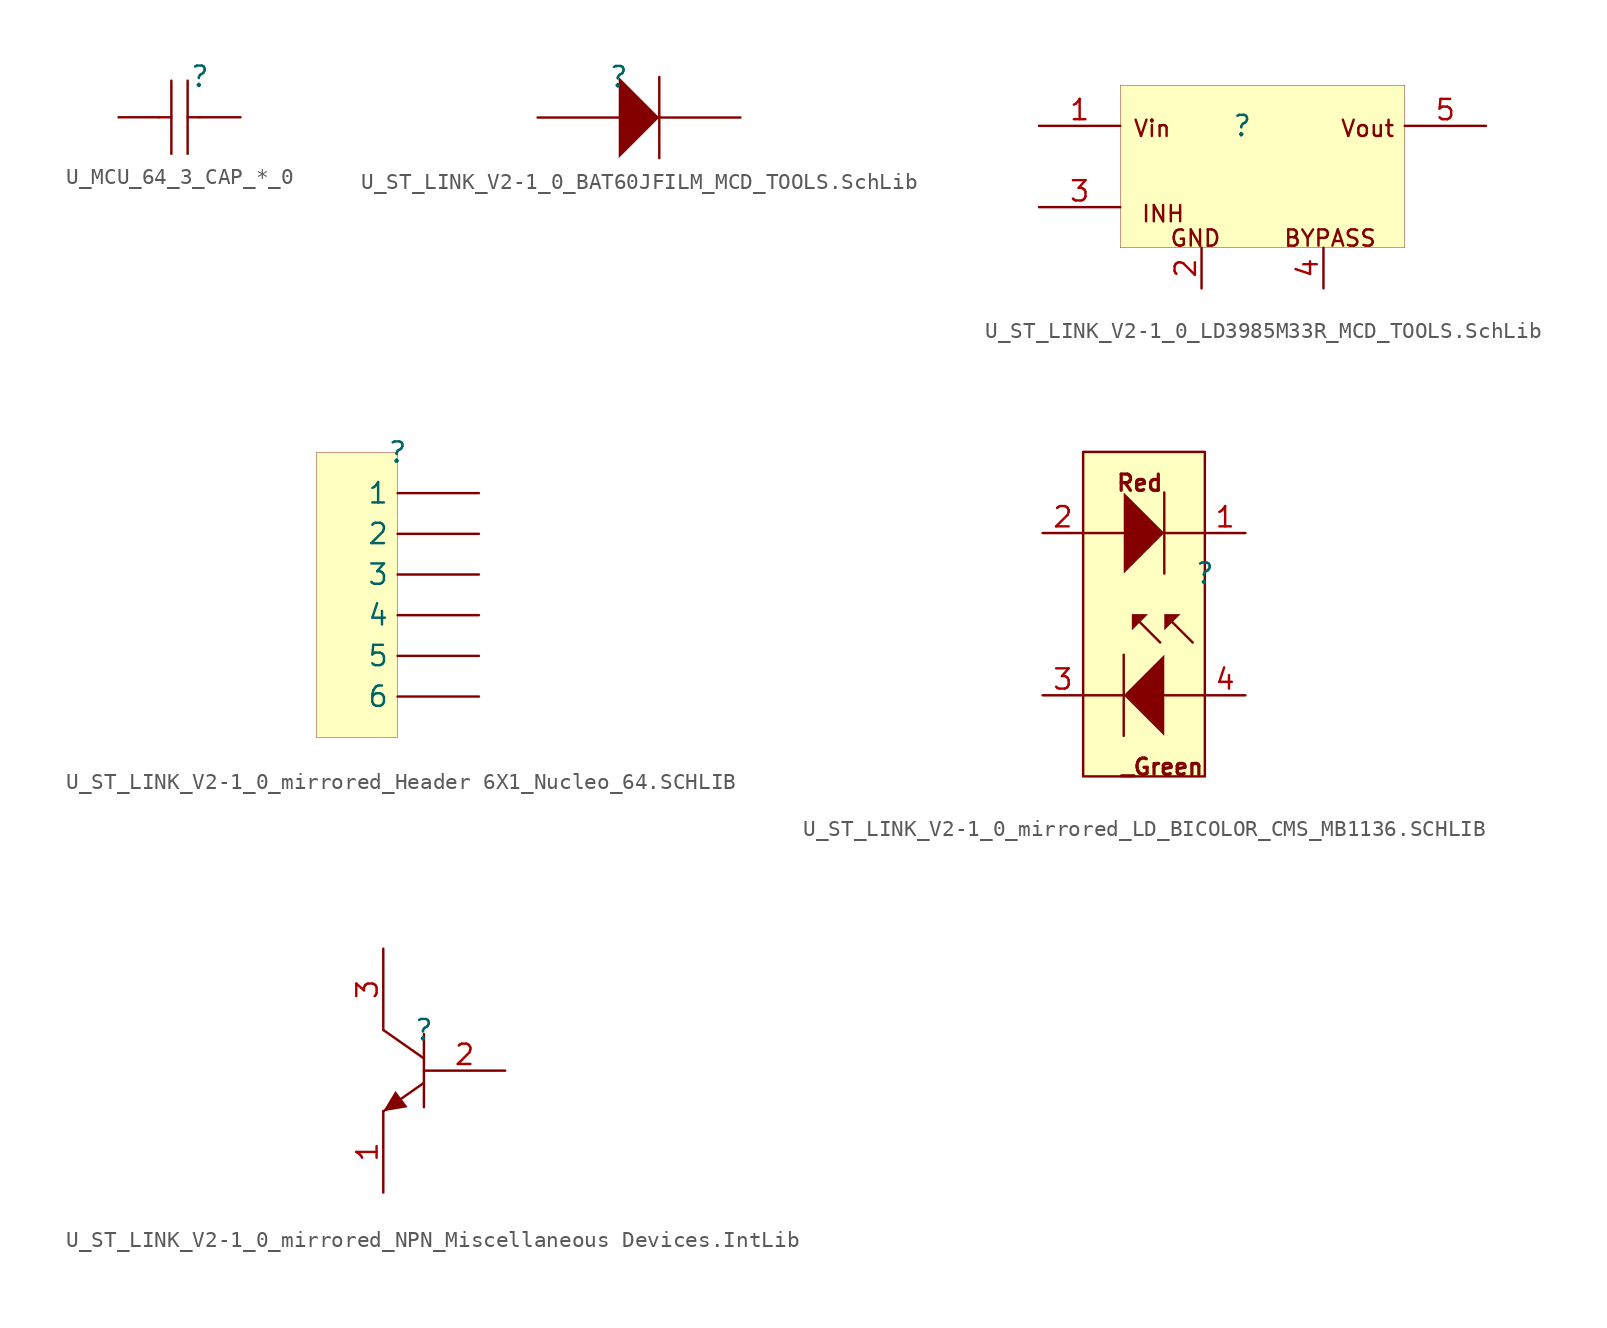
<source format=kicad_sym>
(kicad_symbol_lib
  (version 20241209)
  (generator "kicad_symbol_editor")
  (generator_version "9.0")
  (symbol "U_MCU_64_3_CAP_*_0"
    (pin_numbers
      (hide yes))
    (pin_names
      (hide yes))
    (property "Reference" ""
      (at 0 0 0)
      (effects (font (size 1.27 1.27))))
    (property "Value" ""
      (at 0 0 0)
      (effects (font (size 1.27 1.27))))
    (symbol "U_MCU_64_3_CAP_*_0_1_0"
      (polyline (pts (xy -1.778 -0.254) (xy -1.778 -4.826)) (stroke (width 0) (type solid)) (fill (type none)))
      (polyline (pts (xy -1.778 -2.54) (xy -2.54 -2.54)) (stroke (width 0) (type solid)) (fill (type none)))
      (polyline (pts (xy -0.762 -0.254) (xy -0.762 -4.826)) (stroke (width 0) (type solid)) (fill (type none)))
      (polyline (pts (xy 0 -2.54) (xy -0.762 -2.54)) (stroke (width 0) (type solid)) (fill (type none)))
      (pin passive line (at -5.08 -2.54 0) (length 2.54) (name "2" (effects (font (size 1.27 1.27)))) (number "2" (effects (font (size 1.27 1.27)))))
      (pin passive line (at 2.54 -2.54 180) (length 2.54) (name "1" (effects (font (size 1.27 1.27)))) (number "1" (effects (font (size 1.27 1.27)))))))
  (symbol "U_ST_LINK_V2-1_0_BAT60JFILM_MCD_TOOLS.SchLib"
    (pin_numbers
      (hide yes))
    (pin_names
      (hide yes))
    (property "Reference" ""
      (at 0 0 0)
      (effects (font (size 1.27 1.27))))
    (property "Value" ""
      (at 0 0 0)
      (effects (font (size 1.27 1.27))))
    (symbol "U_ST_LINK_V2-1_0_BAT60JFILM_MCD_TOOLS.SchLib_1_0"
      (polyline (pts (xy 0 -5.08) (xy 2.54 -2.54) (xy 0 0) (xy 0 -5.08)) (stroke (width -0.0001) (type solid)) (fill (type outline)))
      (polyline (pts (xy 2.54 0) (xy 2.54 -5.08)) (stroke (width 0) (type solid)) (fill (type none)))
      (pin passive line (at -5.08 -2.54 0) (length 5.08) (name "A" (effects (font (size 1.27 1.27)))) (number "1" (effects (font (size 1.27 1.27)))))
      (pin passive line (at 7.62 -2.54 180) (length 5.08) (name "K" (effects (font (size 1.27 1.27)))) (number "2" (effects (font (size 1.27 1.27)))))))
  (symbol "U_ST_LINK_V2-1_0_LD3985M33R_MCD_TOOLS.SchLib"
    (pin_names
      (hide yes))
    (property "Reference" ""
      (at 0 0 0)
      (effects (font (size 1.27 1.27))))
    (property "Value" ""
      (at 0 0 0)
      (effects (font (size 1.27 1.27))))
    (symbol "U_ST_LINK_V2-1_0_LD3985M33R_MCD_TOOLS.SchLib_1_0"
      (rectangle (start 10.16 2.54) (end -7.62 -7.62) (stroke (width 0.025) (type solid) (color 128 0 0 1)) (fill (type background)))
      (text "Vin" (at -6.858 -0.762 0) (effects (font (size 1.016 1.016)) (justify left bottom)))
      (text "INH" (at -6.35 -6.096 0) (effects (font (size 1.016 1.016)) (justify left bottom)))
      (text "GND" (at -4.572 -7.62 0) (effects (font (size 1.016 1.016)) (justify left bottom)))
      (text "BYPASS" (at 2.54 -7.62 0) (effects (font (size 1.016 1.016)) (justify left bottom)))
      (text "Vout" (at 6.096 -0.762 0) (effects (font (size 1.016 1.016)) (justify left bottom)))
      (pin passive line (at -12.7 0 0) (length 5.08) (name "Vin" (effects (font (size 1.27 1.27)))) (number "1" (effects (font (size 1.27 1.27)))))
      (pin passive line (at -12.7 -5.08 0) (length 5.08) (name "CE" (effects (font (size 1.27 1.27)))) (number "3" (effects (font (size 1.27 1.27)))))
      (pin passive line (at -2.54 -10.16 90) (length 2.54) (name "GND" (effects (font (size 1.27 1.27)))) (number "2" (effects (font (size 1.27 1.27)))))
      (pin passive line (at 5.08 -10.16 90) (length 2.54) (name "BYPASS" (effects (font (size 1.27 1.27)))) (number "4" (effects (font (size 1.27 1.27)))))
      (pin passive line (at 15.24 0 180) (length 5.08) (name "Vout" (effects (font (size 1.27 1.27)))) (number "5" (effects (font (size 1.27 1.27)))))))
  (symbol "U_ST_LINK_V2-1_0_mirrored_Header 6X1_Nucleo_64.SCHLIB"
    (pin_numbers
      (hide yes))
    (property "Reference" ""
      (at 0 0 0)
      (effects (font (size 1.27 1.27))))
    (property "Value" ""
      (at 0 0 0)
      (effects (font (size 1.27 1.27))))
    (symbol "U_ST_LINK_V2-1_0_mirrored_Header 6X1_Nucleo_64.SCHLIB_1_0"
      (rectangle (start 0 0) (end -5.08 -17.78) (stroke (width 0.025) (type solid) (color 128 0 0 1)) (fill (type background)))
      (pin passive line (at 5.08 -2.54 180) (length 5.08) (name "1" (effects (font (size 1.27 1.27)))) (number "1" (effects (font (size 1.27 1.27)))))
      (pin passive line (at 5.08 -5.08 180) (length 5.08) (name "2" (effects (font (size 1.27 1.27)))) (number "2" (effects (font (size 1.27 1.27)))))
      (pin passive line (at 5.08 -7.62 180) (length 5.08) (name "3" (effects (font (size 1.27 1.27)))) (number "3" (effects (font (size 1.27 1.27)))))
      (pin passive line (at 5.08 -10.16 180) (length 5.08) (name "4" (effects (font (size 1.27 1.27)))) (number "4" (effects (font (size 1.27 1.27)))))
      (pin passive line (at 5.08 -12.7 180) (length 5.08) (name "5" (effects (font (size 1.27 1.27)))) (number "5" (effects (font (size 1.27 1.27)))))
      (pin passive line (at 5.08 -15.24 180) (length 5.08) (name "6" (effects (font (size 1.27 1.27)))) (number "6" (effects (font (size 1.27 1.27)))))))
  (symbol "U_ST_LINK_V2-1_0_mirrored_LD_BICOLOR_CMS_MB1136.SCHLIB"
    (pin_names
      (hide yes))
    (property "Reference" ""
      (at 0 0 0)
      (effects (font (size 1.27 1.27))))
    (property "Value" ""
      (at 0 0 0)
      (effects (font (size 1.27 1.27))))
    (symbol "U_ST_LINK_V2-1_0_mirrored_LD_BICOLOR_CMS_MB1136.SCHLIB_1_0"
      (polyline (pts (xy -5.08 5.08) (xy -5.08 0) (xy -2.54 2.54) (xy -5.08 5.08) (xy -5.08 5.08)) (stroke (width -0.0001) (type solid)) (fill (type outline)))
      (polyline (pts (xy -5.08 2.54) (xy -7.62 2.54)) (stroke (width 0) (type solid)) (fill (type none)))
      (polyline (pts (xy -5.08 -5.08) (xy -5.08 -10.16)) (stroke (width 0) (type solid)) (fill (type none)))
      (polyline (pts (xy -5.08 -7.62) (xy -7.62 -7.62)) (stroke (width 0) (type solid)) (fill (type none)))
      (polyline (pts (xy -4.572 -2.54) (xy -3.556 -2.54) (xy -4.572 -3.556) (xy -4.572 -2.54) (xy -4.572 -2.54)) (stroke (width -0.0001) (type solid)) (fill (type outline)))
      (polyline (pts (xy -4.064 -3.048) (xy -2.794 -4.318)) (stroke (width 0) (type solid)) (fill (type none)))
      (polyline (pts (xy -2.54 5.08) (xy -2.54 0)) (stroke (width 0) (type solid)) (fill (type none)))
      (polyline (pts (xy -2.54 -5.08) (xy -2.54 -10.16) (xy -5.08 -7.62) (xy -2.54 -5.08) (xy -2.54 -5.08)) (stroke (width -0.0001) (type solid)) (fill (type outline)))
      (polyline (pts (xy -2.032 -3.048) (xy -0.762 -4.318)) (stroke (width 0) (type solid)) (fill (type none)))
      (polyline (pts (xy -1.524 -2.54) (xy -2.54 -2.54) (xy -2.54 -3.556) (xy -1.524 -2.54) (xy -1.524 -2.54)) (stroke (width -0.0001) (type solid)) (fill (type outline)))
      (rectangle (start 0 7.62) (end -7.62 -12.7) (stroke (width 0) (type solid) (color 128 0 0 1)) (fill (type background)))
      (polyline (pts (xy 0 2.54) (xy -2.54 2.54)) (stroke (width 0) (type solid)) (fill (type none)))
      (polyline (pts (xy 0 -7.62) (xy -2.54 -7.62)) (stroke (width 0) (type solid)) (fill (type none)))
      (text "Red" (at -2.54 5.08 0) (effects (font (size 1.016 1.016) (thickness 0.203) (bold yes)) (justify right bottom)))
      (text "_Green" (at 0 -12.7 0) (effects (font (size 1.016 1.016) (thickness 0.203) (bold yes)) (justify right bottom)))
      (pin passive line (at -10.16 2.54 0) (length 2.54) (name "2" (effects (font (size 1.27 1.27)))) (number "2" (effects (font (size 1.27 1.27)))))
      (pin passive line (at -10.16 -7.62 0) (length 2.54) (name "3" (effects (font (size 1.27 1.27)))) (number "3" (effects (font (size 1.27 1.27)))))
      (pin passive line (at 2.54 2.54 180) (length 2.54) (name "1" (effects (font (size 1.27 1.27)))) (number "1" (effects (font (size 1.27 1.27)))))
      (pin passive line (at 2.54 -7.62 180) (length 2.54) (name "4" (effects (font (size 1.27 1.27)))) (number "4" (effects (font (size 1.27 1.27)))))))
  (symbol "U_ST_LINK_V2-1_0_mirrored_NPN_Miscellaneous Devices.IntLib"
    (pin_names
      (hide yes))
    (property "Reference" ""
      (at 0 0 0)
      (effects (font (size 1.27 1.27))))
    (property "Value" ""
      (at 0 0 0)
      (effects (font (size 1.27 1.27))))
    (symbol "U_ST_LINK_V2-1_0_mirrored_NPN_Miscellaneous Devices.IntLib_1_0"
      (polyline (pts (xy -2.54 0) (xy 0 -1.778)) (stroke (width 0) (type solid)) (fill (type none)))
      (polyline (pts (xy -2.54 -5.08) (xy -1.778 -3.81) (xy -1.016 -4.826) (xy -2.54 -5.08)) (stroke (width -0.0001) (type solid)) (fill (type outline)))
      (polyline (pts (xy 0 -0.254) (xy 0 -4.826)) (stroke (width 0) (type solid)) (fill (type none)))
      (polyline (pts (xy 0 -3.302) (xy -2.54 -5.08)) (stroke (width 0) (type solid)) (fill (type none)))
      (pin passive line (at -2.54 5.08 270) (length 5.08) (name "C" (effects (font (size 1.27 1.27)))) (number "3" (effects (font (size 1.27 1.27)))))
      (pin passive line (at -2.54 -10.16 90) (length 5.08) (name "E" (effects (font (size 1.27 1.27)))) (number "1" (effects (font (size 1.27 1.27)))))
      (pin passive line (at 5.08 -2.54 180) (length 5.08) (name "B" (effects (font (size 1.27 1.27)))) (number "2" (effects (font (size 1.27 1.27))))))))
</source>
